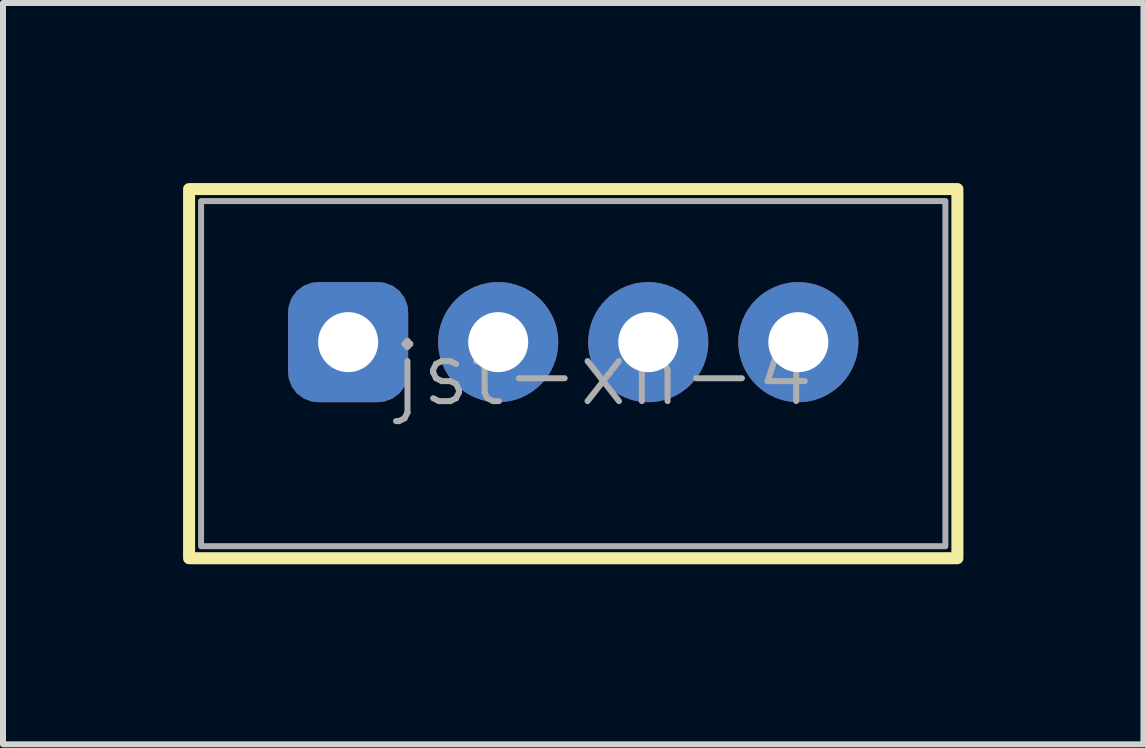
<source format=kicad_pcb>
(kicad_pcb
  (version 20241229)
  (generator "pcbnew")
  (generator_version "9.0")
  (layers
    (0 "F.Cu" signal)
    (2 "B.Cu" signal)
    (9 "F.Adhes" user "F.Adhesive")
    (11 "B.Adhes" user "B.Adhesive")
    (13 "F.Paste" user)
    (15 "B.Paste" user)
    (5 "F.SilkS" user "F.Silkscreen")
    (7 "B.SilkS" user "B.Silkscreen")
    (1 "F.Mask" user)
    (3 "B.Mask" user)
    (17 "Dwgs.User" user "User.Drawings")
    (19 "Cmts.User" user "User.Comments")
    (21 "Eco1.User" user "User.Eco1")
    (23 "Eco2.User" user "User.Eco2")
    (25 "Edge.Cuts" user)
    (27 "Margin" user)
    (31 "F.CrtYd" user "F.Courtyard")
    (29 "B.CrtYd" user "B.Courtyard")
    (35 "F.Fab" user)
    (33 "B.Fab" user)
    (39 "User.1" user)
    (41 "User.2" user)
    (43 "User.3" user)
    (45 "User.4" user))
  (footprint "jst-xh-4"
    (layer "F.Cu")
    (at 6.5 2.65)
    (property "Reference" "jst-xh-4" (at 0.5 0.525 0) (unlocked yes) (layer "F.Fab") (effects (font (size 1 1) (thickness 0.1))))
    (attr through_hole)
    (fp_rect (start 6.4 3.6) (end -6.4 -2.55) (stroke (width 0.2) (type default)) (fill no) (layer "F.SilkS"))
    (fp_rect (start 6.2 3.4) (end -6.2 -2.35) (stroke (width 0.1) (type default)) (fill no) (layer "F.Fab"))
    (pad "1" thru_hole roundrect (at -3.75 0 180) (size 2 2) (drill 1) (layers "*.Cu" "*.Mask") (roundrect_rratio 0.25))
    (pad "2" thru_hole circle (at -1.25 0 180) (size 2 2) (drill 1) (layers "*.Cu" "*.Mask"))
    (pad "3" thru_hole circle (at 1.25 0 180) (size 2 2) (drill 1) (layers "*.Cu" "*.Mask"))
    (pad "4" thru_hole circle (at 3.75 0 180) (size 2 2) (drill 1) (layers "*.Cu" "*.Mask")))
  (gr_rect
    (start -3 -3)
    (end 16 9.35)
    (stroke (width 0.1) (type default))
    (fill no)
    (layer "Edge.Cuts")))
</source>
